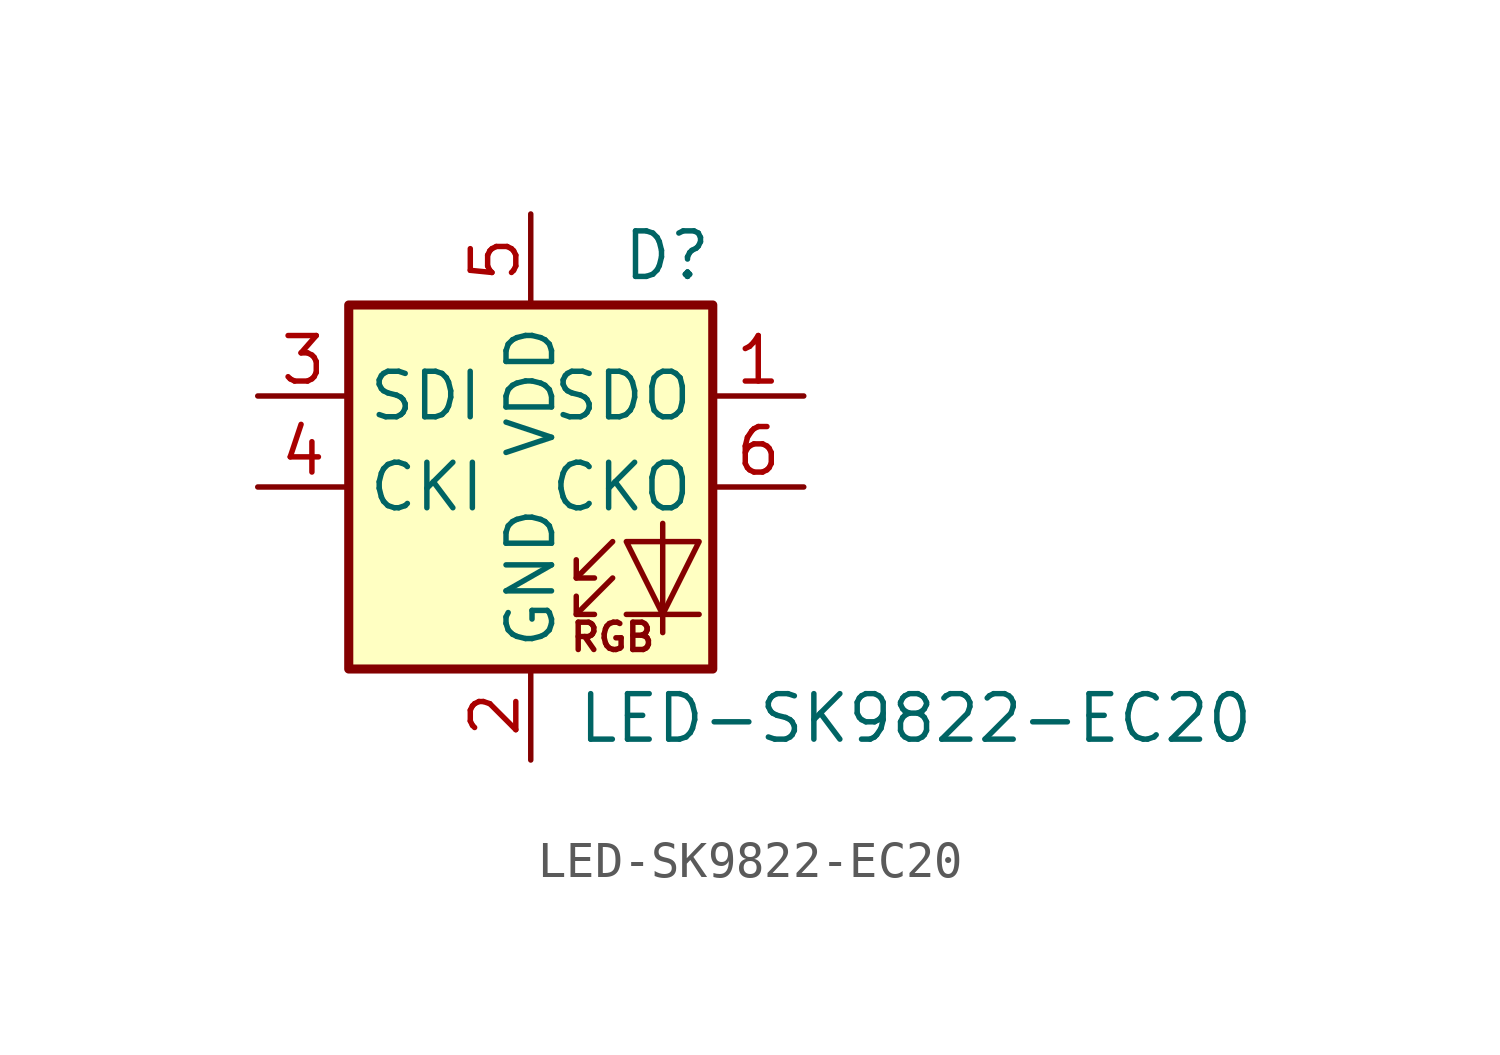
<source format=kicad_sym>
(kicad_symbol_lib
  (version 20220914)
  (generator kicad_symbol_editor)
  (symbol "LED-SK9822-EC20"
    (property "Reference" "D"
      (at 5.08 5.715 0)
      (effects (font (size 1.27 1.27)) (justify right bottom)))
    (property "Value" "LED-SK9822-EC20"
      (at 1.27 -5.715 0)
      (effects (font (size 1.27 1.27)) (justify left top)))
    (symbol "LED-SK9822-EC20_0_0"
      (text "RGB" (at 2.286 -4.191 0) (effects (font (size 0.762 0.762)))))
    (symbol "LED-SK9822-EC20_0_1"
      (polyline (pts (xy 1.27 -3.556) (xy 1.778 -3.556)) (stroke (width 0) (type default)) (fill (type none)))
      (polyline (pts (xy 1.27 -2.54) (xy 1.778 -2.54)) (stroke (width 0) (type default)) (fill (type none)))
      (polyline (pts (xy 4.699 -3.556) (xy 2.667 -3.556)) (stroke (width 0) (type default)) (fill (type none)))
      (polyline (pts (xy 2.286 -2.54) (xy 1.27 -3.556) (xy 1.27 -3.048)) (stroke (width 0) (type default)) (fill (type none)))
      (polyline (pts (xy 2.286 -1.524) (xy 1.27 -2.54) (xy 1.27 -2.032)) (stroke (width 0) (type default)) (fill (type none)))
      (polyline (pts (xy 3.683 -1.016) (xy 3.683 -3.556) (xy 3.683 -4.064)) (stroke (width 0) (type default)) (fill (type none)))
      (polyline (pts (xy 4.699 -1.524) (xy 2.667 -1.524) (xy 3.683 -3.556) (xy 4.699 -1.524)) (stroke (width 0) (type default)) (fill (type none)))
      (rectangle (start 5.08 5.08) (end -5.08 -5.08) (stroke (width 0.254) (type default)) (fill (type background))))
    (symbol "LED-SK9822-EC20_1_1"
      (pin output line (at 7.62 2.54 180) (length 2.54) (name "SDO" (effects (font (size 1.27 1.27)))) (number "1" (effects (font (size 1.27 1.27)))))
      (pin power_in line (at 0 -7.62 90) (length 2.54) (name "GND" (effects (font (size 1.27 1.27)))) (number "2" (effects (font (size 1.27 1.27)))))
      (pin input line (at -7.62 2.54 0) (length 2.54) (name "SDI" (effects (font (size 1.27 1.27)))) (number "3" (effects (font (size 1.27 1.27)))))
      (pin input line (at -7.62 0 0) (length 2.54) (name "CKI" (effects (font (size 1.27 1.27)))) (number "4" (effects (font (size 1.27 1.27)))))
      (pin power_in line (at 0 7.62 270) (length 2.54) (name "VDD" (effects (font (size 1.27 1.27)))) (number "5" (effects (font (size 1.27 1.27)))))
      (pin output line (at 7.62 0 180) (length 2.54) (name "CKO" (effects (font (size 1.27 1.27)))) (number "6" (effects (font (size 1.27 1.27))))))))
</source>
